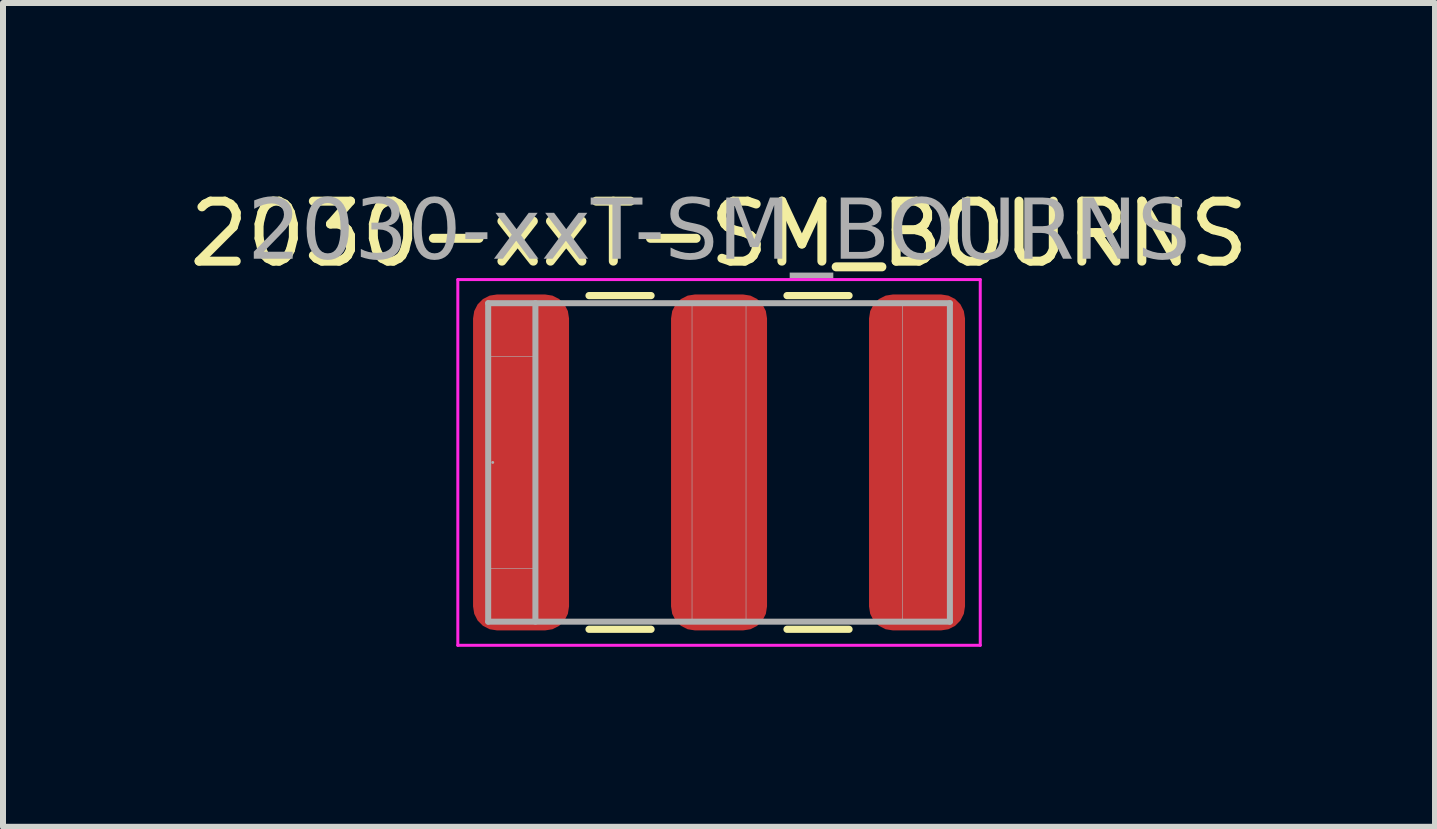
<source format=kicad_pcb>
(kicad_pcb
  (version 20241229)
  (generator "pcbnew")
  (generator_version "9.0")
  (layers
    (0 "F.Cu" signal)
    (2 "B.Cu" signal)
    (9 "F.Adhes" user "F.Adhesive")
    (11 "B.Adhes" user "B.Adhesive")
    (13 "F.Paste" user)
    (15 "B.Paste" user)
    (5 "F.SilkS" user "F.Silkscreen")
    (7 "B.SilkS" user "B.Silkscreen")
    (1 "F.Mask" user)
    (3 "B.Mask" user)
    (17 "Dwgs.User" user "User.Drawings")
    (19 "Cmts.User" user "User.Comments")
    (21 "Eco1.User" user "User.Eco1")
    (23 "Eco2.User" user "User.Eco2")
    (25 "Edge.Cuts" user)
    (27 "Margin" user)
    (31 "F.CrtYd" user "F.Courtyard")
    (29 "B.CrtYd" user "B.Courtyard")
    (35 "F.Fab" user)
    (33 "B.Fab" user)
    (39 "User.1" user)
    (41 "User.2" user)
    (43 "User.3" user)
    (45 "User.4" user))
  (footprint "2030-xxT-SM_BOURNS"
    (layer "F.Cu")
    (at 8.935 4.658)
    (property "Reference" "2030-xxT-SM_BOURNS" (at 0 -3.81 0) (unlocked yes) (layer "F.SilkS") (effects (font (size 1 1) (thickness 0.15))))
    (attr smd)
    (fp_line (start -2.167 2.781) (end -1.133 2.781) (stroke (width 0.12) (type solid)) (layer "F.SilkS"))
    (fp_line (start -1.133 -2.781) (end -2.167 -2.781) (stroke (width 0.12) (type solid)) (layer "F.SilkS"))
    (fp_line (start 1.133 2.781) (end 2.167 2.781) (stroke (width 0.12) (type solid)) (layer "F.SilkS"))
    (fp_line (start 2.167 -2.781) (end 1.133 -2.781) (stroke (width 0.12) (type solid)) (layer "F.SilkS"))
    (fp_line (start -4.354 -3.048) (end 4.354 -3.048) (stroke (width 0.05) (type solid)) (layer "F.CrtYd"))
    (fp_line (start -4.354 3.048) (end -4.354 -3.048) (stroke (width 0.05) (type solid)) (layer "F.CrtYd"))
    (fp_line (start -4.354 3.048) (end 4.354 3.048) (stroke (width 0.05) (type solid)) (layer "F.CrtYd"))
    (fp_line (start 4.354 -3.048) (end 4.354 3.048) (stroke (width 0.05) (type solid)) (layer "F.CrtYd"))
    (fp_line (start -3.848 -2.654) (end -3.848 2.654) (stroke (width 0.1) (type solid)) (layer "F.Fab"))
    (fp_line (start -3.848 2.654) (end 3.848 2.654) (stroke (width 0.1) (type solid)) (layer "F.Fab"))
    (fp_line (start -3.061 -2.654) (end -3.061 2.654) (stroke (width 0.1) (type solid)) (layer "F.Fab"))
    (fp_line (start 3.848 -2.654) (end -3.848 -2.654) (stroke (width 0.1) (type solid)) (layer "F.Fab"))
    (fp_line (start 3.848 2.654) (end 3.848 -2.654) (stroke (width 0.1) (type solid)) (layer "F.Fab"))
    (fp_rect (start -3.848 -1.765) (end -3.061 1.765) (stroke (width 0.01) (type default)) (fill no) (layer "F.Fab"))
    (fp_rect (start -0.45 -2.654) (end 0.45 2.654) (stroke (width 0.01) (type default)) (fill no) (layer "F.Fab"))
    (fp_rect (start 3.061 -2.654) (end 3.848 2.654) (stroke (width 0.01) (type default)) (fill no) (layer "F.Fab"))
    (fp_circle (center -3.772 0) (end -3.772 0) (stroke (width 0.025) (type solid)) (fill no) (layer "F.Fab"))
    (fp_text user "${REFERENCE}" (at 0 -3.81 0) (layer "F.Fab") (effects (font (face "Tahoma") (size 1 1) (thickness 0.15))))
    (pad "1" smd roundrect (at -3.3 0) (size 1.6 5.6) (layers "F.Cu" "F.Mask" "F.Paste") (roundrect_rratio 0.25))
    (pad "2" smd roundrect (at 0 0) (size 1.6 5.6) (layers "F.Cu" "F.Mask" "F.Paste") (roundrect_rratio 0.25))
    (pad "3" smd roundrect (at 3.3 0) (size 1.6 5.6) (layers "F.Cu" "F.Mask" "F.Paste") (roundrect_rratio 0.25))
    (zone (net_name "") (layer "F.Cu") (hatch full 0.508) (connect_pads) (min_thickness 0.254) (filled_areas_thickness no) (keepout (tracks not_allowed) (vias not_allowed) (pads allowed) (copperpour not_allowed) (footprints allowed)) (placement (enabled no)) (fill) (polygon (pts (xy 8.084 2.055) (xy 6.485 2.055) (xy 6.485 7.262) (xy 8.084 7.262))))
    (zone (net_name "") (layer "F.Cu") (hatch full 0.508) (connect_pads) (min_thickness 0.254) (filled_areas_thickness no) (keepout (tracks not_allowed) (vias not_allowed) (pads allowed) (copperpour not_allowed) (footprints allowed)) (placement (enabled no)) (fill) (polygon (pts (xy 11.384 2.055) (xy 9.785 2.055) (xy 9.785 7.262) (xy 11.384 7.262)))))
  (gr_rect
    (start -3 -3)
    (end 20.869 10.731)
    (stroke (width 0.1) (type default))
    (fill no)
    (layer "Edge.Cuts")))
</source>
